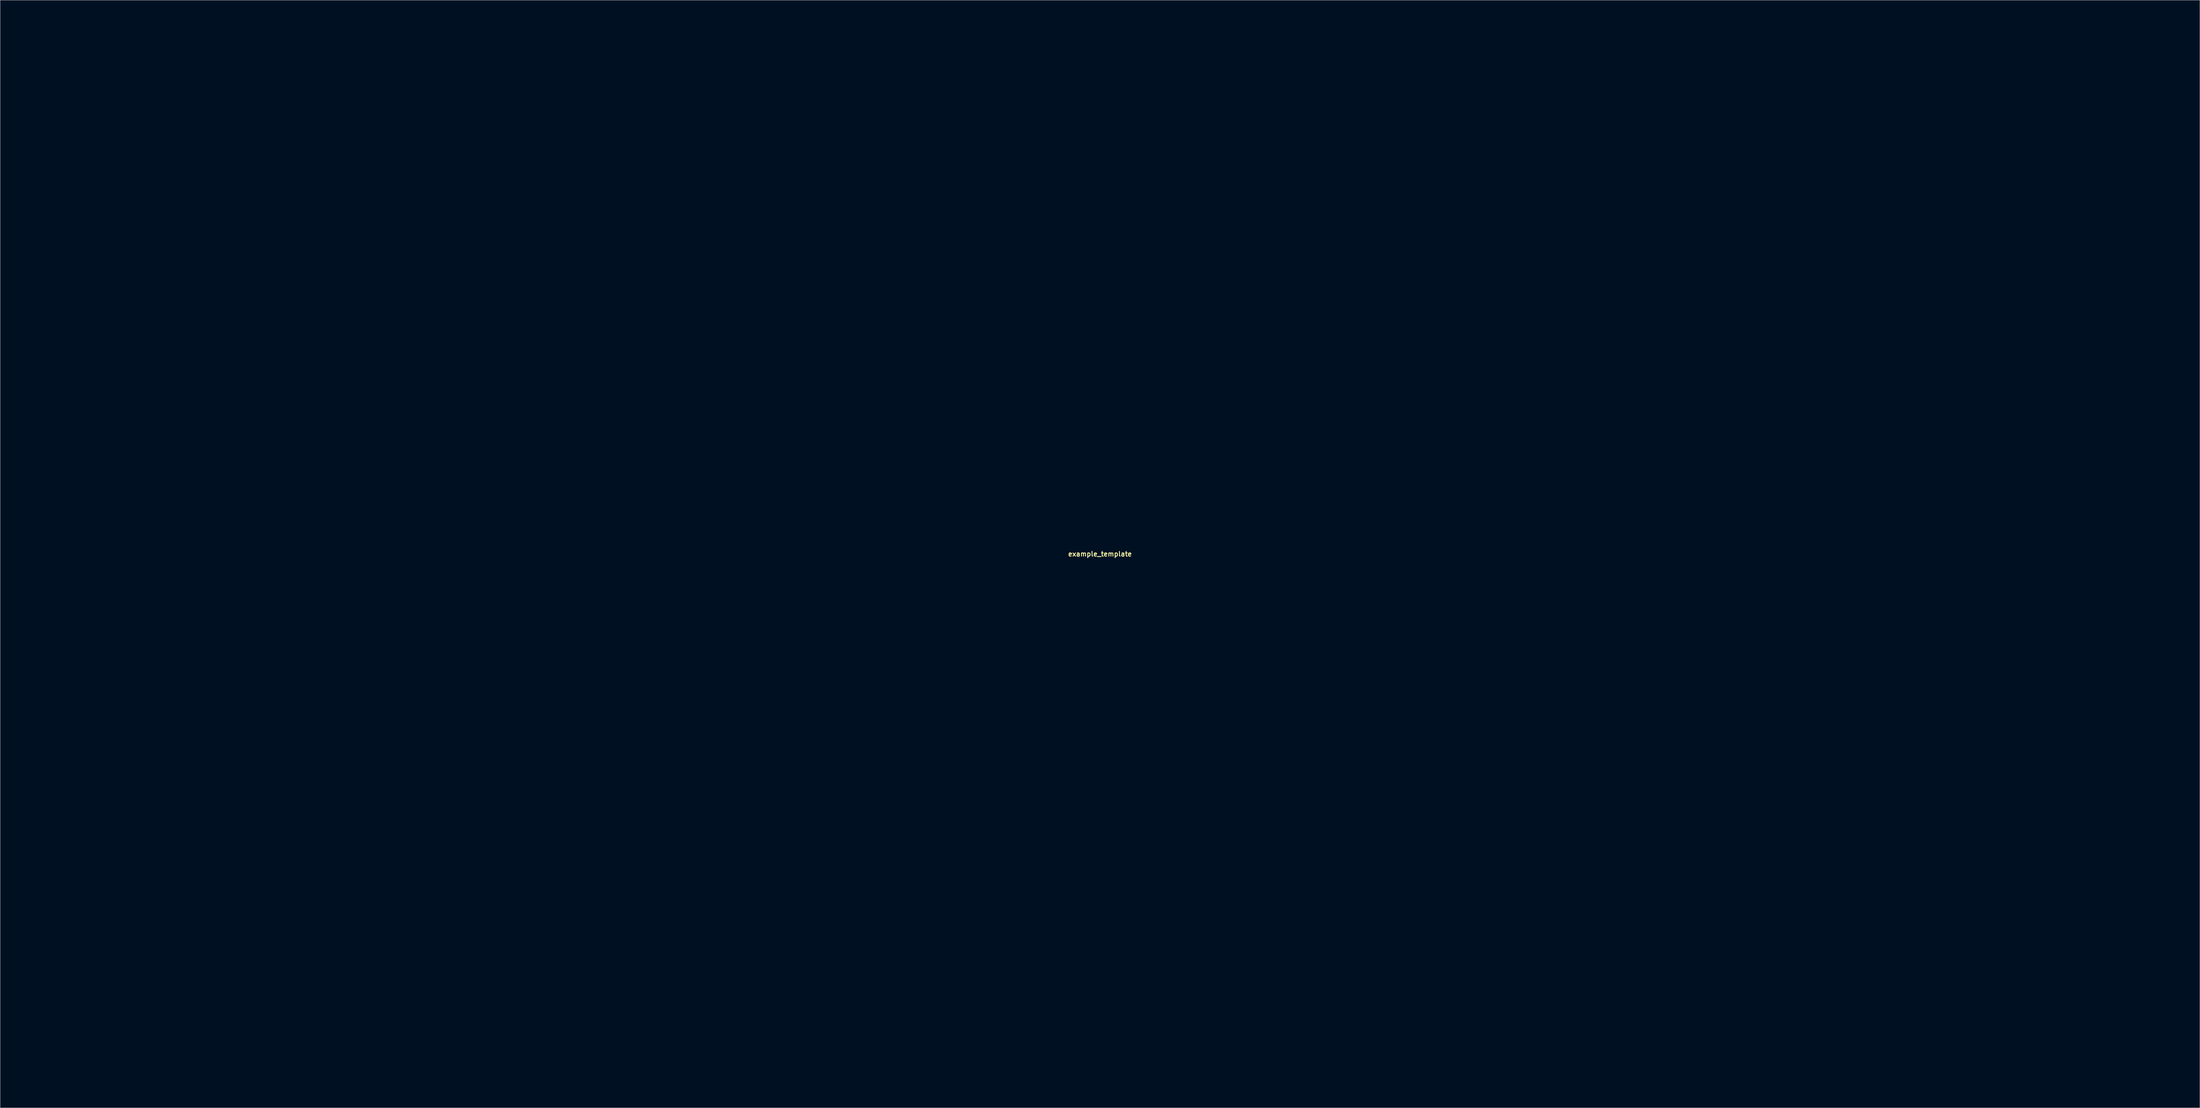
<source format=kicad_pcb>
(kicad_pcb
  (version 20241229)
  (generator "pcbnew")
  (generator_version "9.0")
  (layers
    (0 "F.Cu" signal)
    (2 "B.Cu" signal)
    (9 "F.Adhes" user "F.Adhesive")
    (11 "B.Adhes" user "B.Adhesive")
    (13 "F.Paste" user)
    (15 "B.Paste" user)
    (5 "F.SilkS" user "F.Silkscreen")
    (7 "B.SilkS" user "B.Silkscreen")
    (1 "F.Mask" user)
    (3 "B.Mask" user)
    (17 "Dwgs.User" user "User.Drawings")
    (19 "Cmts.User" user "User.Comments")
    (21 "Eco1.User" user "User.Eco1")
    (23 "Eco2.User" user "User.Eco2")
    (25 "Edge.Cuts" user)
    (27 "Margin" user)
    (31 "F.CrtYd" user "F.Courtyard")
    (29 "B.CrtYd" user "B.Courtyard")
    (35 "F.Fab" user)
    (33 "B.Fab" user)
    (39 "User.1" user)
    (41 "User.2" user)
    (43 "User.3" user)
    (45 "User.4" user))
  (footprint "example_template"
    (layer "F.Cu")
    (at 352.617 176.218)
    (property "Reference" "example_template" (at 0 0 0) (layer "F.SilkS") (effects (font (size 1.524 1.524) (thickness 0.3))))
    (attr through_hole)
    (fp_poly (pts (xy 168.275 -71.614) (xy 125.236 -71.614) (xy 125.236 -93.486) (xy 168.275 -93.486) (xy 168.275 -71.614)) (stroke (width 0.01) (type solid)) (fill no) (layer "Eco1.User"))
    (fp_poly (pts (xy 168.275 73.731) (xy 125.236 73.731) (xy 125.236 -63.5) (xy 168.275 -63.5) (xy 168.275 73.731)) (stroke (width 0.01) (type solid)) (fill no) (layer "Eco1.User"))
    (fp_poly (pts (xy 226.131 73.731) (xy 183.092 73.731) (xy 183.092 -93.486) (xy 226.131 -93.486) (xy 226.131 73.731)) (stroke (width 0.01) (type solid)) (fill no) (layer "Eco1.User"))
    (fp_poly (pts (xy 283.986 73.731) (xy 240.947 73.731) (xy 240.947 -93.486) (xy 283.986 -93.486) (xy 283.986 73.731)) (stroke (width 0.01) (type solid)) (fill no) (layer "Eco1.User"))
    (fp_poly (pts (xy -26.458 149.578) (xy -103.276 149.511) (xy -110.616 149.504) (xy -117.786 149.496) (xy -124.75 149.488) (xy -131.477 149.479) (xy -137.933 149.469) (xy -144.085 149.458) (xy -149.9 149.448) (xy -155.344 149.436) (xy -160.384 149.425) (xy -164.987 149.413) (xy -169.12 149.401) (xy -172.75 149.389) (xy -175.843 149.377) (xy -178.367 149.365) (xy -180.288 149.353) (xy -181.572 149.341) (xy -182.188 149.33) (xy -182.21 149.329) (xy -183.341 149.25) (xy -184.978 149.113) (xy -186.926 148.937) (xy -188.989 148.738) (xy -189.594 148.677) (xy -199.932 147.283) (xy -210.046 145.233) (xy -219.913 142.543) (xy -229.508 139.228) (xy -238.806 135.304) (xy -247.783 130.787) (xy -256.415 125.69) (xy -264.678 120.03) (xy -272.547 113.822) (xy -279.997 107.081) (xy -287.004 99.823) (xy -293.545 92.063) (xy -299.594 83.817) (xy -304.26 76.553) (xy -308.886 68.246) (xy -313.002 59.533) (xy -316.583 50.497) (xy -319.608 41.218) (xy -322.053 31.778) (xy -323.896 22.258) (xy -325.115 12.739) (xy -325.685 3.303) (xy -325.727 0) (xy -325.379 -9.768) (xy -324.347 -19.547) (xy -322.649 -29.285) (xy -320.304 -38.929) (xy -317.331 -48.425) (xy -313.748 -57.721) (xy -309.574 -66.764) (xy -304.827 -75.501) (xy -299.526 -83.879) (xy -293.689 -91.845) (xy -293.425 -92.18) (xy -286.742 -100.054) (xy -279.598 -107.404) (xy -272.019 -114.215) (xy -264.032 -120.472) (xy -255.662 -126.16) (xy -246.936 -131.262) (xy -237.88 -135.764) (xy -228.52 -139.65) (xy -218.882 -142.904) (xy -208.993 -145.512) (xy -200.025 -147.272) (xy -198.667 -147.499) (xy -197.425 -147.709) (xy -196.268 -147.902) (xy -195.166 -148.079) (xy -194.088 -148.242) (xy -193.004 -148.39) (xy -191.884 -148.525) (xy -190.698 -148.647) (xy -189.414 -148.756) (xy -188.003 -148.855) (xy -186.434 -148.942) (xy -184.678 -149.02) (xy -182.703 -149.088) (xy -180.479 -149.147) (xy -177.976 -149.199) (xy -175.164 -149.244) (xy -172.012 -149.282) (xy -168.49 -149.314) (xy -164.567 -149.341) (xy -160.214 -149.364) (xy -155.399 -149.383) (xy -150.093 -149.399) (xy -144.265 -149.413) (xy -137.885 -149.426) (xy -130.922 -149.437) (xy -123.347 -149.449) (xy -115.128 -149.461) (xy -106.236 -149.475) (xy -105.745 -149.476) (xy -26.458 -149.6) (xy -26.458 149.578)) (stroke (width 0.01) (type solid)) (fill no) (layer "Eco1.User"))
    (fp_poly (pts (xy 86.857 -65.826) (xy 91.237 -65.14) (xy 95.354 -63.802) (xy 99.197 -61.817) (xy 102.755 -59.187) (xy 103.417 -58.597) (xy 105.49 -56.501) (xy 107.139 -54.351) (xy 108.43 -52.012) (xy 109.426 -49.351) (xy 110.191 -46.233) (xy 110.671 -43.376) (xy 110.766 -42.668) (xy 110.852 -41.92) (xy 110.928 -41.092) (xy 110.995 -40.143) (xy 111.053 -39.031) (xy 111.104 -37.715) (xy 111.147 -36.154) (xy 111.184 -34.307) (xy 111.214 -32.133) (xy 111.239 -29.589) (xy 111.259 -26.636) (xy 111.274 -23.232) (xy 111.285 -19.336) (xy 111.293 -14.906) (xy 111.298 -9.902) (xy 111.3 -4.282) (xy 111.301 1.996) (xy 111.301 3.175) (xy 111.301 9.865) (xy 111.297 15.891) (xy 111.29 21.295) (xy 111.278 26.117) (xy 111.26 30.401) (xy 111.235 34.186) (xy 111.201 37.515) (xy 111.158 40.43) (xy 111.103 42.971) (xy 111.036 45.18) (xy 110.955 47.1) (xy 110.86 48.77) (xy 110.749 50.234) (xy 110.621 51.532) (xy 110.475 52.706) (xy 110.309 53.798) (xy 110.122 54.849) (xy 109.913 55.901) (xy 109.723 56.797) (xy 108.522 60.844) (xy 106.762 64.466) (xy 104.459 67.647) (xy 101.629 70.37) (xy 98.289 72.617) (xy 94.456 74.371) (xy 91.878 75.193) (xy 90.489 75.528) (xy 89.097 75.755) (xy 87.509 75.892) (xy 85.532 75.96) (xy 83.961 75.975) (xy 81.022 75.929) (xy 78.578 75.742) (xy 76.429 75.372) (xy 74.37 74.779) (xy 72.2 73.923) (xy 70.996 73.376) (xy 67.851 71.68) (xy 64.885 69.597) (xy 61.951 67.014) (xy 60.154 65.189) (xy 57.15 61.998) (xy 57.15 93.133) (xy 15.522 93.133) (xy 15.522 20.217) (xy 57.193 20.217) (xy 57.197 25.068) (xy 57.215 29.359) (xy 57.25 33.126) (xy 57.304 36.406) (xy 57.379 39.235) (xy 57.48 41.65) (xy 57.607 43.687) (xy 57.764 45.382) (xy 57.953 46.771) (xy 58.177 47.892) (xy 58.439 48.78) (xy 58.74 49.472) (xy 59.084 50.004) (xy 59.474 50.413) (xy 59.911 50.734) (xy 60.399 51.005) (xy 60.751 51.175) (xy 62.349 51.659) (xy 64.123 51.786) (xy 65.816 51.566) (xy 67.171 51.01) (xy 67.297 50.922) (xy 68.056 50.24) (xy 68.607 49.402) (xy 69.001 48.265) (xy 69.292 46.685) (xy 69.495 44.917) (xy 69.547 44.01) (xy 69.595 42.457) (xy 69.639 40.318) (xy 69.678 37.65) (xy 69.712 34.515) (xy 69.741 30.971) (xy 69.767 27.079) (xy 69.787 22.896) (xy 69.803 18.483) (xy 69.814 13.899) (xy 69.821 9.203) (xy 69.823 4.455) (xy 69.82 -0.286) (xy 69.813 -4.96) (xy 69.801 -9.508) (xy 69.784 -13.871) (xy 69.763 -17.989) (xy 69.737 -21.803) (xy 69.707 -25.254) (xy 69.672 -28.282) (xy 69.632 -30.827) (xy 69.588 -32.83) (xy 69.538 -34.233) (xy 69.501 -34.823) (xy 69.311 -36.465) (xy 69.063 -37.945) (xy 68.797 -39.055) (xy 68.645 -39.454) (xy 67.753 -40.465) (xy 66.401 -41.163) (xy 64.763 -41.535) (xy 63.017 -41.571) (xy 61.339 -41.259) (xy 59.905 -40.587) (xy 59.287 -40.062) (xy 58.994 -39.745) (xy 58.732 -39.426) (xy 58.5 -39.065) (xy 58.295 -38.623) (xy 58.117 -38.058) (xy 57.962 -37.331) (xy 57.829 -36.401) (xy 57.716 -35.229) (xy 57.621 -33.774) (xy 57.542 -31.996) (xy 57.477 -29.854) (xy 57.425 -27.309) (xy 57.382 -24.32) (xy 57.347 -20.847) (xy 57.319 -16.851) (xy 57.295 -12.29) (xy 57.273 -7.124) (xy 57.252 -1.314) (xy 57.24 1.94) (xy 57.217 8.69) (xy 57.201 14.77) (xy 57.193 20.217) (xy 15.522 20.217) (xy 15.522 -63.5) (xy 57.939 -63.5) (xy 57.712 -60.06) (xy 57.583 -58.171) (xy 57.44 -56.17) (xy 57.309 -54.411) (xy 57.275 -53.975) (xy 57.195 -52.742) (xy 57.175 -51.866) (xy 57.216 -51.502) (xy 57.233 -51.506) (xy 57.523 -51.835) (xy 58.159 -52.573) (xy 59.032 -53.591) (xy 59.554 -54.202) (xy 62.98 -57.713) (xy 66.742 -60.627) (xy 70.802 -62.925) (xy 75.119 -64.587) (xy 79.656 -65.592) (xy 82.224 -65.857) (xy 86.857 -65.826)) (stroke (width 0.01) (type solid)) (fill no) (layer "Eco1.User"))
    (fp_poly (pts (xy 13.85 -176.212) (xy 27.011 -176.212) (xy 39.504 -176.212) (xy 51.345 -176.211) (xy 62.553 -176.21) (xy 73.145 -176.208) (xy 83.14 -176.206) (xy 92.555 -176.203) (xy 101.409 -176.2) (xy 109.72 -176.196) (xy 117.506 -176.191) (xy 124.785 -176.186) (xy 131.574 -176.18) (xy 137.892 -176.173) (xy 143.757 -176.164) (xy 149.187 -176.155) (xy 154.2 -176.145) (xy 158.814 -176.134) (xy 163.047 -176.121) (xy 166.917 -176.108) (xy 170.442 -176.093) (xy 173.64 -176.076) (xy 176.53 -176.058) (xy 179.128 -176.039) (xy 181.454 -176.018) (xy 183.525 -175.996) (xy 185.359 -175.972) (xy 186.975 -175.946) (xy 188.39 -175.919) (xy 189.622 -175.889) (xy 190.69 -175.858) (xy 191.611 -175.825) (xy 192.404 -175.79) (xy 193.086 -175.752) (xy 193.676 -175.713) (xy 194.191 -175.671) (xy 194.65 -175.628) (xy 195.062 -175.583) (xy 202.217 -174.607) (xy 209.518 -173.333) (xy 216.765 -171.803) (xy 223.758 -170.061) (xy 230.297 -168.149) (xy 231.599 -167.728) (xy 240.814 -164.382) (xy 250.036 -160.423) (xy 259.117 -155.924) (xy 267.906 -150.961) (xy 276.253 -145.608) (xy 276.931 -145.142) (xy 285.323 -138.939) (xy 293.45 -132.127) (xy 301.237 -124.781) (xy 308.607 -116.973) (xy 315.484 -108.774) (xy 316.205 -107.854) (xy 321.684 -100.346) (xy 326.878 -92.296) (xy 331.718 -83.832) (xy 336.136 -75.083) (xy 340.063 -66.179) (xy 343.431 -57.247) (xy 344.117 -55.21) (xy 346.049 -48.829) (xy 347.822 -41.96) (xy 349.391 -34.811) (xy 350.712 -27.588) (xy 351.741 -20.5) (xy 351.958 -18.673) (xy 352.177 -16.217) (xy 352.352 -13.186) (xy 352.483 -9.707) (xy 352.569 -5.91) (xy 352.612 -1.924) (xy 352.611 2.124) (xy 352.566 6.104) (xy 352.477 9.888) (xy 352.344 13.348) (xy 352.167 16.354) (xy 351.958 18.673) (xy 351.015 25.69) (xy 349.767 32.897) (xy 348.259 40.087) (xy 346.536 47.05) (xy 344.642 53.58) (xy 344.117 55.21) (xy 340.895 64.103) (xy 337.082 73.045) (xy 332.762 81.871) (xy 328.015 90.416) (xy 322.925 98.513) (xy 321.854 100.093) (xy 315.876 108.235) (xy 309.296 116.171) (xy 302.208 123.798) (xy 294.708 131.017) (xy 286.89 137.725) (xy 285.574 138.778) (xy 277.775 144.563) (xy 269.446 150.014) (xy 260.705 155.066) (xy 251.673 159.655) (xy 242.471 163.716) (xy 233.22 167.185) (xy 231.599 167.728) (xy 225.295 169.638) (xy 218.479 171.4) (xy 211.338 172.973) (xy 204.056 174.319) (xy 196.82 175.396) (xy 195.433 175.571) (xy 195.033 175.617) (xy 194.591 175.661) (xy 194.088 175.702) (xy 193.506 175.741) (xy 192.828 175.778) (xy 192.034 175.813) (xy 191.108 175.847) (xy 190.031 175.878) (xy 188.784 175.907) (xy 187.35 175.935) (xy 185.711 175.96) (xy 183.849 175.985) (xy 181.745 176.007) (xy 179.382 176.028) (xy 176.741 176.048) (xy 173.805 176.066) (xy 170.555 176.082) (xy 166.973 176.098) (xy 163.042 176.112) (xy 158.743 176.125) (xy 154.057 176.137) (xy 148.968 176.148) (xy 143.456 176.158) (xy 137.505 176.167) (xy 131.095 176.175) (xy 124.209 176.182) (xy 116.828 176.189) (xy 108.935 176.194) (xy 100.512 176.2) (xy 91.54 176.204) (xy 82.002 176.208) (xy 71.878 176.212) (xy 61.152 176.216) (xy 49.805 176.219) (xy 37.819 176.221) (xy 25.176 176.224) (xy 11.859 176.226) (xy 2.293 176.228) (xy -9.209 176.23) (xy -20.542 176.231) (xy -31.683 176.232) (xy -42.614 176.232) (xy -53.311 176.232) (xy -63.756 176.232) (xy -73.927 176.231) (xy -83.804 176.23) (xy -93.365 176.228) (xy -102.59 176.226) (xy -111.458 176.223) (xy -119.948 176.22) (xy -128.04 176.217) (xy -135.713 176.214) (xy -142.946 176.21) (xy -149.718 176.206) (xy -156.009 176.201) (xy -161.797 176.196) (xy -167.062 176.191) (xy -171.784 176.186) (xy -175.941 176.18) (xy -179.513 176.174) (xy -182.479 176.168) (xy -184.818 176.161) (xy -186.509 176.155) (xy -187.532 176.148) (xy -187.854 176.142) (xy -194.135 175.63) (xy -200.834 174.787) (xy -207.768 173.648) (xy -214.753 172.25) (xy -221.604 170.627) (xy -228.138 168.816) (xy -231.599 167.728) (xy -240.492 164.506) (xy -249.434 160.694) (xy -254.089 158.415) (xy 0 158.415) (xy 93.222 158.305) (xy 102.861 158.294) (xy 111.821 158.282) (xy 120.128 158.271) (xy 127.809 158.26) (xy 134.889 158.248) (xy 141.396 158.235) (xy 147.355 158.222) (xy 152.793 158.208) (xy 157.736 158.193) (xy 162.211 158.177) (xy 166.243 158.159) (xy 169.86 158.139) (xy 173.087 158.117) (xy 175.951 158.093) (xy 178.478 158.067) (xy 180.695 158.039) (xy 182.628 158.007) (xy 184.303 157.973) (xy 185.746 157.936) (xy 186.984 157.895) (xy 188.044 157.851) (xy 188.951 157.803) (xy 189.732 157.752) (xy 190.414 157.696) (xy 191.022 157.636) (xy 191.552 157.575) (xy 201.353 156.155) (xy 210.666 154.324) (xy 219.598 152.05) (xy 228.254 149.302) (xy 236.741 146.051) (xy 245.165 142.265) (xy 246.062 141.83) (xy 255.254 136.947) (xy 264.05 131.495) (xy 272.431 125.499) (xy 280.376 118.988) (xy 287.865 111.99) (xy 294.876 104.532) (xy 301.39 96.641) (xy 307.384 88.346) (xy 312.84 79.675) (xy 317.735 70.654) (xy 322.05 61.312) (xy 325.763 51.676) (xy 328.855 41.774) (xy 331.304 31.634) (xy 332.32 26.258) (xy 333.059 21.704) (xy 333.627 17.615) (xy 334.043 13.774) (xy 334.325 9.967) (xy 334.49 5.978) (xy 334.558 1.592) (xy 334.562 0) (xy 334.215 -10.459) (xy 333.183 -20.796) (xy 331.48 -30.985) (xy 329.121 -40.997) (xy 326.121 -50.805) (xy 322.493 -60.381) (xy 318.252 -69.698) (xy 313.412 -78.729) (xy 307.988 -87.445) (xy 301.994 -95.82) (xy 295.444 -103.825) (xy 288.353 -111.434) (xy 280.736 -118.618) (xy 272.606 -125.35) (xy 266.981 -129.521) (xy 259.08 -134.726) (xy 250.683 -139.499) (xy 241.88 -143.806) (xy 232.762 -147.608) (xy 223.417 -150.868) (xy 213.937 -153.551) (xy 204.411 -155.618) (xy 202.665 -155.928) (xy 201.345 -156.157) (xy 200.138 -156.369) (xy 199.015 -156.567) (xy 197.95 -156.75) (xy 196.916 -156.919) (xy 195.883 -157.074) (xy 194.825 -157.216) (xy 193.715 -157.346) (xy 192.525 -157.465) (xy 191.227 -157.572) (xy 189.793 -157.668) (xy 188.197 -157.755) (xy 186.41 -157.832) (xy 184.406 -157.901) (xy 182.156 -157.961) (xy 179.633 -158.014) (xy 176.81 -158.06) (xy 173.659 -158.1) (xy 170.153 -158.133) (xy 166.263 -158.162) (xy 161.963 -158.186) (xy 157.225 -158.206) (xy 152.021 -158.223) (xy 146.324 -158.237) (xy 140.106 -158.249) (xy 133.34 -158.26) (xy 125.999 -158.269) (xy 118.054 -158.278) (xy 109.478 -158.287) (xy 100.244 -158.297) (xy 93.222 -158.305) (xy 0 -158.415) (xy 0 158.415) (xy -254.089 158.415) (xy -258.26 156.373) (xy -266.805 151.627) (xy -274.902 146.536) (xy -276.482 145.465) (xy -284.624 139.487) (xy -292.559 132.907) (xy -300.187 125.819) (xy -307.406 118.319) (xy -314.114 110.501) (xy -315.167 109.185) (xy -320.952 101.386) (xy -326.403 93.057) (xy -331.455 84.316) (xy -336.044 75.284) (xy -340.105 66.083) (xy -343.574 56.831) (xy -344.117 55.21) (xy -346.049 48.829) (xy -347.822 41.96) (xy -349.391 34.811) (xy -350.712 27.588) (xy -351.741 20.5) (xy -351.958 18.673) (xy -352.177 16.217) (xy -352.352 13.186) (xy -352.483 9.707) (xy -352.569 5.91) (xy -352.612 1.924) (xy -352.612 0) (xy -334.562 0) (xy -334.215 10.512) (xy -333.174 20.901) (xy -331.438 31.168) (xy -329.007 41.314) (xy -325.881 51.34) (xy -322.06 61.249) (xy -318.218 69.674) (xy -313.336 78.865) (xy -307.884 87.661) (xy -301.888 96.042) (xy -295.377 103.987) (xy -288.379 111.476) (xy -280.921 118.487) (xy -273.03 125.001) (xy -264.735 130.995) (xy -256.064 136.451) (xy -247.043 141.346) (xy -237.701 145.661) (xy -228.065 149.375) (xy -218.163 152.466) (xy -208.023 154.915) (xy -202.647 155.931) (xy -199.395 156.448) (xy -195.86 156.942) (xy -192.251 157.388) (xy -188.781 157.761) (xy -185.659 158.037) (xy -183.974 158.148) (xy -183.429 158.159) (xy -182.21 158.17) (xy -180.35 158.182) (xy -177.88 158.193) (xy -174.834 158.205) (xy -171.241 158.217) (xy -167.135 158.228) (xy -162.548 158.24) (xy -157.512 158.251) (xy -152.058 158.262) (xy -146.22 158.273) (xy -140.027 158.283) (xy -133.514 158.293) (xy -126.712 158.302) (xy -119.652 158.311) (xy -112.368 158.319) (xy -104.89 158.326) (xy -99.748 158.331) (xy -17.639 158.397) (xy -17.639 -158.417) (xy -102.041 -158.305) (xy -111.287 -158.293) (xy -119.857 -158.283) (xy -127.779 -158.273) (xy -135.084 -158.263) (xy -141.8 -158.252) (xy -147.957 -158.24) (xy -153.584 -158.226) (xy -158.71 -158.209) (xy -163.364 -158.188) (xy -167.576 -158.163) (xy -171.375 -158.133) (xy -174.789 -158.098) (xy -177.849 -158.056) (xy -180.584 -158.007) (xy -183.022 -157.951) (xy -185.194 -157.886) (xy -187.127 -157.812) (xy -188.852 -157.729) (xy -190.398 -157.635) (xy -191.794 -157.529) (xy -193.069 -157.412) (xy -194.253 -157.283) (xy -195.374 -157.14) (xy -196.462 -156.984) (xy -197.546 -156.812) (xy -198.656 -156.626) (xy -199.82 -156.423) (xy -201.069 -156.204) (xy -202.43 -155.968) (xy -202.665 -155.928) (xy -212.915 -153.823) (xy -222.942 -151.064) (xy -232.718 -147.672) (xy -242.215 -143.669) (xy -251.405 -139.073) (xy -260.261 -133.907) (xy -268.755 -128.191) (xy -276.86 -121.945) (xy -284.546 -115.191) (xy -291.788 -107.948) (xy -298.556 -100.239) (xy -304.824 -92.083) (xy -310.563 -83.501) (xy -315.746 -74.514) (xy -318.218 -69.674) (xy -322.638 -59.866) (xy -326.362 -49.941) (xy -329.39 -39.898) (xy -331.723 -29.735) (xy -333.362 -19.451) (xy -334.306 -9.045) (xy -334.562 0) (xy -352.612 0) (xy -352.611 -2.124) (xy -352.566 -6.104) (xy -352.477 -9.888) (xy -352.344 -13.348) (xy -352.167 -16.354) (xy -351.958 -18.673) (xy -351.015 -25.69) (xy -349.767 -32.897) (xy -348.259 -40.087) (xy -346.536 -47.05) (xy -344.642 -53.58) (xy -344.117 -55.21) (xy -340.895 -64.103) (xy -337.082 -73.045) (xy -332.762 -81.871) (xy -328.015 -90.416) (xy -322.925 -98.513) (xy -321.854 -100.093) (xy -315.876 -108.235) (xy -309.296 -116.171) (xy -302.208 -123.798) (xy -294.708 -131.017) (xy -286.89 -137.725) (xy -285.574 -138.778) (xy -277.775 -144.563) (xy -269.446 -150.014) (xy -260.705 -155.066) (xy -251.673 -159.655) (xy -242.471 -163.716) (xy -233.22 -167.185) (xy -231.599 -167.728) (xy -225.181 -169.671) (xy -218.267 -171.452) (xy -211.057 -173.03) (xy -203.751 -174.362) (xy -196.549 -175.404) (xy -195.062 -175.583) (xy -194.641 -175.629) (xy -194.181 -175.672) (xy -193.665 -175.714) (xy -193.074 -175.753) (xy -192.389 -175.79) (xy -191.595 -175.825) (xy -190.671 -175.859) (xy -189.6 -175.89) (xy -188.364 -175.919) (xy -186.946 -175.947) (xy -185.326 -175.972) (xy -183.487 -175.996) (xy -181.411 -176.019) (xy -179.081 -176.04) (xy -176.476 -176.059) (xy -173.581 -176.077) (xy -170.377 -176.093) (xy -166.845 -176.108) (xy -162.968 -176.122) (xy -158.728 -176.134) (xy -154.107 -176.145) (xy -149.086 -176.156) (xy -143.647 -176.165) (xy -137.774 -176.173) (xy -131.446 -176.18) (xy -124.648 -176.186) (xy -117.36 -176.191) (xy -109.564 -176.196) (xy -101.243 -176.2) (xy -92.378 -176.203) (xy -82.951 -176.206) (xy -72.945 -176.208) (xy -62.341 -176.21) (xy -51.121 -176.211) (xy -39.267 -176.212) (xy -26.762 -176.212) (xy -13.587 -176.212) (xy 0 -176.213) (xy 13.85 -176.212)) (stroke (width 0.01) (type solid)) (fill no) (layer "Eco1.User")))
  (gr_rect
    (start -3 -3)
    (end 708.235 355.455)
    (stroke (width 0.1) (type default))
    (fill no)
    (layer "Edge.Cuts")))
</source>
